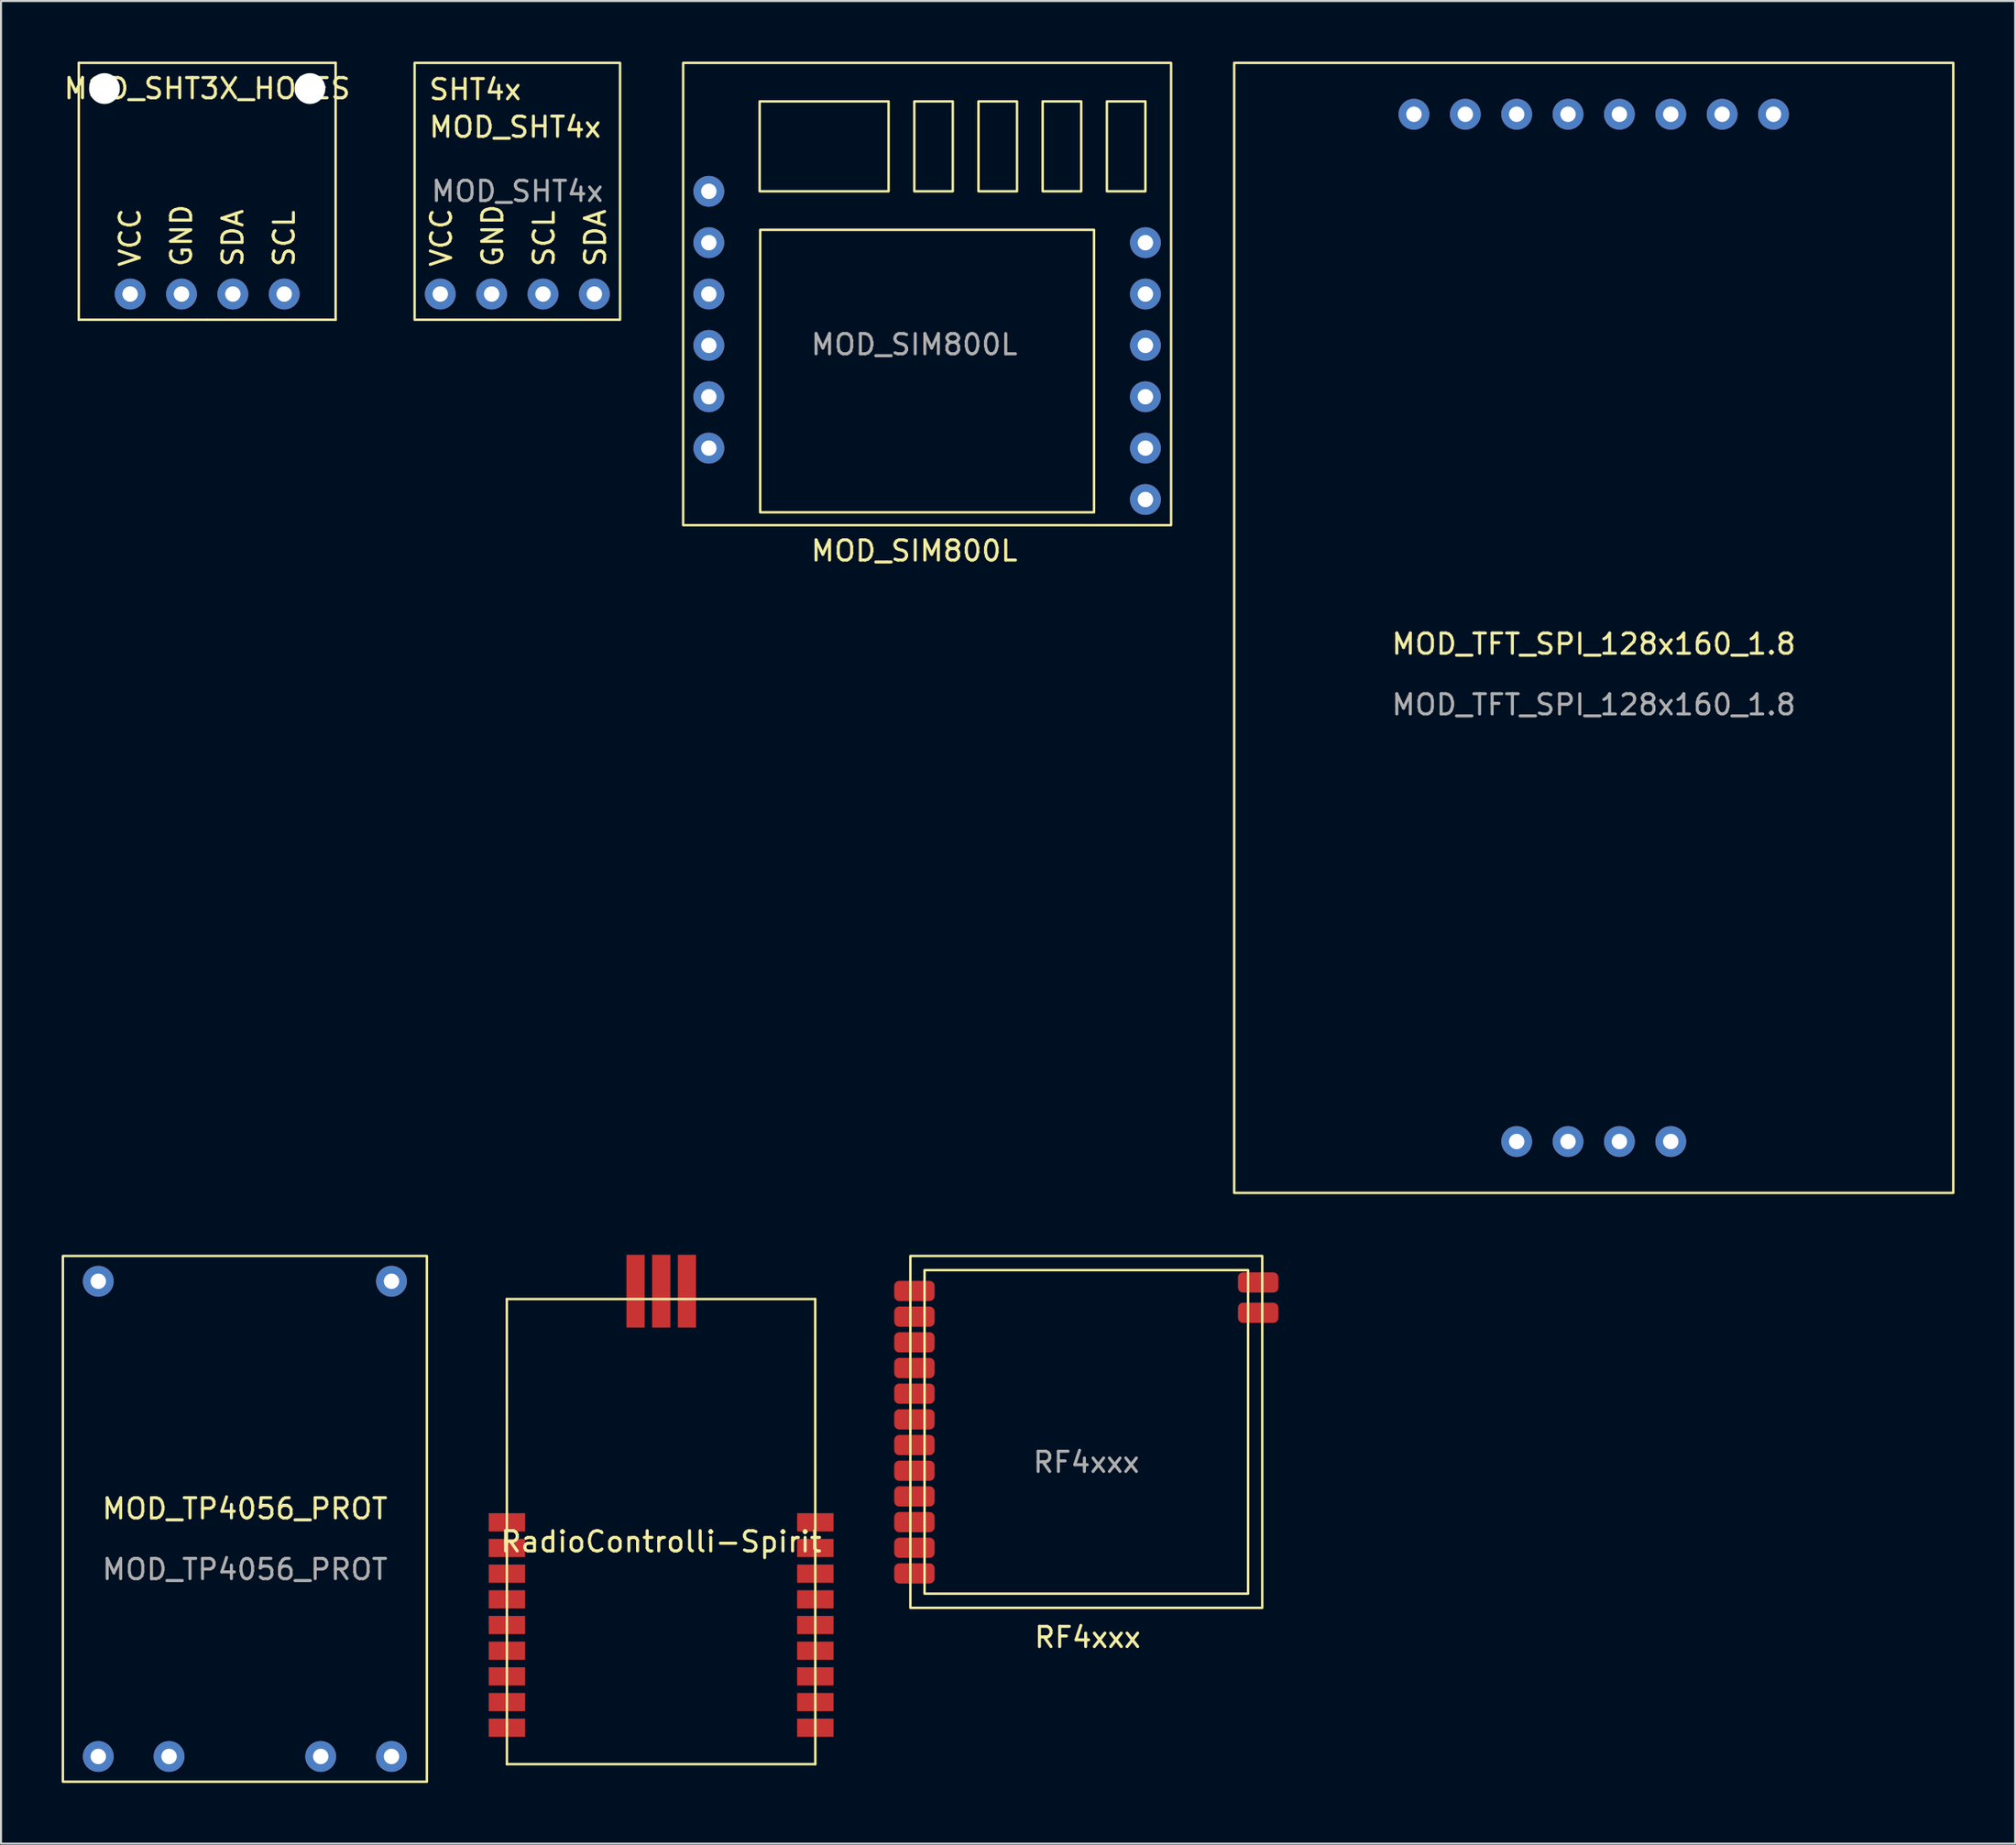
<source format=kicad_pcb>
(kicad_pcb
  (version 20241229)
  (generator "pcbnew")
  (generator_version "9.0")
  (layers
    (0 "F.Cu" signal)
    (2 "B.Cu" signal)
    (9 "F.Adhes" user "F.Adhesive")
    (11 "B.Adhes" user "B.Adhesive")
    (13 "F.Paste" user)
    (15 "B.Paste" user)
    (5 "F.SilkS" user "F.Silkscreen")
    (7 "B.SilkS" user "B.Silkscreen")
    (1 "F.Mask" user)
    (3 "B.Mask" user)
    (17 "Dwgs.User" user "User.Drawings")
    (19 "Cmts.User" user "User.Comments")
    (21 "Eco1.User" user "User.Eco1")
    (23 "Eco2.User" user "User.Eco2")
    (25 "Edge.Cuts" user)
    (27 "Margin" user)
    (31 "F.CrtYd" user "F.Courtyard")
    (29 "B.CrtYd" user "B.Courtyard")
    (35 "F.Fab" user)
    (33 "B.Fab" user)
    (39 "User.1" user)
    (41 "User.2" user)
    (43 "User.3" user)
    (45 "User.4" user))
  (footprint "RadioControlli-Spirit"
    (layer "F.Cu")
    (at 29.645 72.69)
    (property "Reference" "RadioControlli-Spirit" (at 0 0.5 0) (layer "F.SilkS") (effects (font (size 1 1) (thickness 0.15))))
    (attr through_hole)
    (fp_line (start -7.63 -11.5) (end 7.62 -11.5) (stroke (width 0.12) (type solid)) (layer "F.SilkS"))
    (fp_line (start -7.625 11.5) (end -7.63 -11.5) (stroke (width 0.12) (type solid)) (layer "F.SilkS"))
    (fp_line (start -7.625 11.5) (end 7.625 11.5) (stroke (width 0.12) (type solid)) (layer "F.SilkS"))
    (fp_line (start 7.62 -11.5) (end 7.625 11.5) (stroke (width 0.12) (type solid)) (layer "F.SilkS"))
    (pad "1" smd rect (at -7.625 -0.46) (size 1.8 0.9) (layers "F.Cu" "F.Mask" "F.Paste"))
    (pad "2" smd rect (at -7.625 0.81) (size 1.8 0.9) (layers "F.Cu" "F.Mask" "F.Paste"))
    (pad "3" smd rect (at -7.625 2.08) (size 1.8 0.9) (layers "F.Cu" "F.Mask" "F.Paste"))
    (pad "4" smd rect (at -7.625 3.35) (size 1.8 0.9) (layers "F.Cu" "F.Mask" "F.Paste"))
    (pad "5" smd rect (at -7.625 4.62) (size 1.8 0.9) (layers "F.Cu" "F.Mask" "F.Paste"))
    (pad "6" smd rect (at -7.625 5.89) (size 1.8 0.9) (layers "F.Cu" "F.Mask" "F.Paste"))
    (pad "7" smd rect (at -7.625 7.16) (size 1.8 0.9) (layers "F.Cu" "F.Mask" "F.Paste"))
    (pad "8" smd rect (at -7.625 8.43) (size 1.8 0.9) (layers "F.Cu" "F.Mask" "F.Paste"))
    (pad "9" smd rect (at -7.625 9.7) (size 1.8 0.9) (layers "F.Cu" "F.Mask" "F.Paste"))
    (pad "10" smd rect (at 7.625 9.7) (size 1.8 0.9) (layers "F.Cu" "F.Mask" "F.Paste"))
    (pad "11" smd rect (at 7.625 8.43) (size 1.8 0.9) (layers "F.Cu" "F.Mask" "F.Paste"))
    (pad "12" smd rect (at 7.625 7.16) (size 1.8 0.9) (layers "F.Cu" "F.Mask" "F.Paste"))
    (pad "13" smd rect (at 7.625 5.89) (size 1.8 0.9) (layers "F.Cu" "F.Mask" "F.Paste"))
    (pad "14" smd rect (at 7.625 4.62) (size 1.8 0.9) (layers "F.Cu" "F.Mask" "F.Paste"))
    (pad "15" smd rect (at 7.625 3.35) (size 1.8 0.9) (layers "F.Cu" "F.Mask" "F.Paste"))
    (pad "16" smd rect (at 7.625 2.08) (size 1.8 0.9) (layers "F.Cu" "F.Mask" "F.Paste"))
    (pad "17" smd rect (at 7.625 0.81) (size 1.8 0.9) (layers "F.Cu" "F.Mask" "F.Paste"))
    (pad "18" smd rect (at 7.625 -0.46) (size 1.8 0.9) (layers "F.Cu" "F.Mask" "F.Paste"))
    (pad "19" smd rect (at 1.275 -11.89) (size 0.9 3.6) (layers "F.Cu" "F.Mask" "F.Paste"))
    (pad "20" smd rect (at 0.005 -11.89) (size 0.9 3.6) (layers "F.Cu" "F.Mask" "F.Paste"))
    (pad "21" smd rect (at -1.265 -11.89) (size 0.9 3.6) (layers "F.Cu" "F.Mask" "F.Paste")))
  (footprint "MOD_TP4056_PROT"
    (layer "F.Cu")
    (at 9.06 72.06)
    (property "Reference" "MOD_TP4056_PROT" (at 0 -0.5 0) (unlocked yes) (layer "F.SilkS") (effects (font (size 1 1) (thickness 0.15))))
    (attr through_hole)
    (fp_rect (start -9 -13) (end 9 13) (stroke (width 0.12) (type solid)) (fill no) (layer "F.SilkS"))
    (fp_text user "${REFERENCE}" (at 0 2.5 0) (unlocked yes) (layer "F.Fab") (effects (font (size 1 1) (thickness 0.15))))
    (pad "1" thru_hole circle (at -7.25 -11.75) (size 1.524 1.524) (drill 0.762) (layers "*.Cu" "*.Mask"))
    (pad "2" thru_hole circle (at 7.25 -11.75) (size 1.524 1.524) (drill 0.762) (layers "*.Cu" "*.Mask"))
    (pad "3" thru_hole circle (at -7.25 11.75) (size 1.524 1.524) (drill 0.762) (layers "*.Cu" "*.Mask"))
    (pad "4" thru_hole circle (at -3.75 11.75) (size 1.524 1.524) (drill 0.762) (layers "*.Cu" "*.Mask"))
    (pad "5" thru_hole circle (at 3.75 11.75) (size 1.524 1.524) (drill 0.762) (layers "*.Cu" "*.Mask"))
    (pad "6" thru_hole circle (at 7.25 11.75) (size 1.524 1.524) (drill 0.762) (layers "*.Cu" "*.Mask")))
  (footprint "MOD_SHT4x"
    (layer "F.Cu")
    (at 22.533 6.41)
    (property "Reference" "MOD_SHT4x" (at -4.445 -3.175 0) (unlocked yes) (layer "F.SilkS") (effects (font (size 1 1) (thickness 0.15)) (justify left)))
    (attr through_hole)
    (fp_rect (start -5.08 6.35) (end 5.08 -6.35) (stroke (width 0.12) (type default)) (fill no) (layer "F.SilkS"))
    (fp_text user "VCC" (at -3.175 3.81 90) (unlocked yes) (layer "F.SilkS") (effects (font (size 1 1) (thickness 0.15)) (justify left bottom)))
    (fp_text user "GND" (at -0.635 3.81 90) (unlocked yes) (layer "F.SilkS") (effects (font (size 1 1) (thickness 0.15)) (justify left bottom)))
    (fp_text user "SDA" (at 4.445 3.81 90) (unlocked yes) (layer "F.SilkS") (effects (font (size 1 1) (thickness 0.15)) (justify left bottom)))
    (fp_text user "SHT4x" (at -4.445 -4.445 0) (unlocked yes) (layer "F.SilkS") (effects (font (size 1 1) (thickness 0.15)) (justify left bottom)))
    (fp_text user "SCL" (at 1.905 3.81 90) (unlocked yes) (layer "F.SilkS") (effects (font (size 1 1) (thickness 0.15)) (justify left bottom)))
    (fp_text user "${REFERENCE}" (at 0 0 0) (unlocked yes) (layer "F.Fab") (effects (font (size 1 1) (thickness 0.15))))
    (pad "1" thru_hole circle (at -3.81 5.08) (size 1.524 1.524) (drill 0.762) (layers "*.Cu" "*.Mask"))
    (pad "2" thru_hole circle (at -1.27 5.08) (size 1.524 1.524) (drill 0.762) (layers "*.Cu" "*.Mask"))
    (pad "3" thru_hole circle (at 1.27 5.08) (size 1.524 1.524) (drill 0.762) (layers "*.Cu" "*.Mask"))
    (pad "4" thru_hole circle (at 3.81 5.08) (size 1.524 1.524) (drill 0.762) (layers "*.Cu" "*.Mask")))
  (footprint "MOD_TFT_SPI_128x160_1.8"
    (layer "F.Cu")
    (at 75.763 28.03)
    (property "Reference" "MOD_TFT_SPI_128x160_1.8" (at 0 0.77 0) (unlocked yes) (layer "F.SilkS") (effects (font (size 1 1) (thickness 0.15))))
    (attr smd)
    (fp_rect (start -17.78 -27.97) (end 17.78 27.91) (stroke (width 0.12) (type solid)) (fill no) (layer "F.SilkS"))
    (fp_text user "${REFERENCE}" (at 0 3.77 0) (unlocked yes) (layer "F.Fab") (effects (font (size 1 1) (thickness 0.15))))
    (pad "1" thru_hole circle (at -8.89 -25.43) (size 1.524 1.524) (drill 0.762) (layers "*.Cu" "*.Mask"))
    (pad "2" thru_hole circle (at -6.35 -25.43) (size 1.524 1.524) (drill 0.762) (layers "*.Cu" "*.Mask"))
    (pad "3" thru_hole circle (at -3.81 -25.43) (size 1.524 1.524) (drill 0.762) (layers "*.Cu" "*.Mask"))
    (pad "4" thru_hole circle (at -1.27 -25.43) (size 1.524 1.524) (drill 0.762) (layers "*.Cu" "*.Mask"))
    (pad "5" thru_hole circle (at 1.27 -25.43) (size 1.524 1.524) (drill 0.762) (layers "*.Cu" "*.Mask"))
    (pad "6" thru_hole circle (at 3.81 -25.43) (size 1.524 1.524) (drill 0.762) (layers "*.Cu" "*.Mask"))
    (pad "7" thru_hole circle (at 6.35 -25.43) (size 1.524 1.524) (drill 0.762) (layers "*.Cu" "*.Mask"))
    (pad "8" thru_hole circle (at 8.89 -25.43) (size 1.524 1.524) (drill 0.762) (layers "*.Cu" "*.Mask"))
    (pad "9" thru_hole circle (at -3.81 25.37) (size 1.524 1.524) (drill 0.762) (layers "*.Cu" "*.Mask"))
    (pad "10" thru_hole circle (at -1.27 25.37) (size 1.524 1.524) (drill 0.762) (layers "*.Cu" "*.Mask"))
    (pad "11" thru_hole circle (at 1.27 25.37) (size 1.524 1.524) (drill 0.762) (layers "*.Cu" "*.Mask"))
    (pad "12" thru_hole circle (at 3.81 25.37) (size 1.524 1.524) (drill 0.762) (layers "*.Cu" "*.Mask")))
  (footprint "MOD_SHT3X_HOLES"
    (layer "F.Cu")
    (at 7.196 6.41)
    (property "Reference" "MOD_SHT3X_HOLES" (at 0 -5.08 0) (layer "F.SilkS") (effects (font (size 1 1) (thickness 0.15))))
    (attr through_hole)
    (fp_line (start -6.35 -6.35) (end 6.35 -6.35) (stroke (width 0.12) (type solid)) (layer "F.SilkS"))
    (fp_line (start -6.35 6.35) (end -6.35 -6.35) (stroke (width 0.12) (type solid)) (layer "F.SilkS"))
    (fp_line (start 0 6.35) (end -6.35 6.35) (stroke (width 0.12) (type solid)) (layer "F.SilkS"))
    (fp_line (start 6.35 -6.35) (end 6.35 6.35) (stroke (width 0.12) (type solid)) (layer "F.SilkS"))
    (fp_line (start 6.35 6.35) (end 0 6.35) (stroke (width 0.12) (type solid)) (layer "F.SilkS"))
    (fp_text user "SCL" (at 3.81 3.81 90) (layer "F.SilkS") (effects (font (size 1 1) (thickness 0.15)) (justify left)))
    (fp_text user "SDA" (at 1.27 3.81 90) (layer "F.SilkS") (effects (font (size 1 1) (thickness 0.15)) (justify left)))
    (fp_text user "VCC" (at -3.81 3.81 90) (layer "F.SilkS") (effects (font (size 1 1) (thickness 0.15)) (justify left)))
    (fp_text user "GND" (at -1.27 3.81 90) (layer "F.SilkS") (effects (font (size 1 1) (thickness 0.15)) (justify left)))
    (pad "" np_thru_hole circle (at -5.08 -5.08) (size 1.524 1.524) (drill 1.524) (layers "*.Cu" "*.Mask"))
    (pad "" np_thru_hole circle (at 5.08 -5.08) (size 1.524 1.524) (drill 1.524) (layers "*.Cu" "*.Mask"))
    (pad "1" thru_hole circle (at -3.81 5.08) (size 1.524 1.524) (drill 0.762) (layers "*.Cu" "*.Mask"))
    (pad "2" thru_hole circle (at -1.27 5.08) (size 1.524 1.524) (drill 0.762) (layers "*.Cu" "*.Mask"))
    (pad "3" thru_hole circle (at 1.27 5.08) (size 1.524 1.524) (drill 0.762) (layers "*.Cu" "*.Mask"))
    (pad "4" thru_hole circle (at 3.81 5.08) (size 1.524 1.524) (drill 0.762) (layers "*.Cu" "*.Mask")))
  (footprint "RF4xxx"
    (layer "F.Cu")
    (at 50.67 67.76)
    (property "Reference" "RF4xxx" (at 0.064 10.16 0) (unlocked yes) (layer "F.SilkS") (effects (font (size 1 1) (thickness 0.15))))
    (attr smd)
    (fp_rect (start -8.7 -8.7) (end 8.7 8.7) (stroke (width 0.12) (type solid)) (fill no) (layer "F.SilkS"))
    (fp_rect (start -8 -8) (end 8 8) (stroke (width 0.12) (type solid)) (fill no) (layer "F.SilkS"))
    (fp_text user "${REFERENCE}" (at 0 1.5 0) (unlocked yes) (layer "F.Fab") (effects (font (size 1 1) (thickness 0.15))))
    (pad "1" smd roundrect (at -8.5 -6.97) (size 2 1) (layers "F.Cu" "F.Mask" "F.Paste") (roundrect_rratio 0.25))
    (pad "2" smd roundrect (at -8.5 -5.7) (size 2 1) (layers "F.Cu" "F.Mask" "F.Paste") (roundrect_rratio 0.25))
    (pad "3" smd roundrect (at -8.5 -4.43) (size 2 1) (layers "F.Cu" "F.Mask" "F.Paste") (roundrect_rratio 0.25))
    (pad "4" smd roundrect (at -8.5 -3.16) (size 2 1) (layers "F.Cu" "F.Mask" "F.Paste") (roundrect_rratio 0.25))
    (pad "5" smd roundrect (at -8.5 -1.89) (size 2 1) (layers "F.Cu" "F.Mask" "F.Paste") (roundrect_rratio 0.25))
    (pad "6" smd roundrect (at -8.5 -0.62) (size 2 1) (layers "F.Cu" "F.Mask" "F.Paste") (roundrect_rratio 0.25))
    (pad "7" smd roundrect (at -8.5 0.65) (size 2 1) (layers "F.Cu" "F.Mask" "F.Paste") (roundrect_rratio 0.25))
    (pad "8" smd roundrect (at -8.5 1.92) (size 2 1) (layers "F.Cu" "F.Mask" "F.Paste") (roundrect_rratio 0.25))
    (pad "9" smd roundrect (at -8.5 3.19) (size 2 1) (layers "F.Cu" "F.Mask" "F.Paste") (roundrect_rratio 0.25))
    (pad "10" smd roundrect (at -8.5 4.46) (size 2 1) (layers "F.Cu" "F.Mask" "F.Paste") (roundrect_rratio 0.25))
    (pad "11" smd roundrect (at -8.5 5.73) (size 2 1) (layers "F.Cu" "F.Mask" "F.Paste") (roundrect_rratio 0.25))
    (pad "12" smd roundrect (at -8.5 7) (size 2 1) (layers "F.Cu" "F.Mask" "F.Paste") (roundrect_rratio 0.25))
    (pad "13" smd roundrect (at 8.5 -5.89) (size 2 1) (layers "F.Cu" "F.Mask" "F.Paste") (roundrect_rratio 0.25))
    (pad "14" smd roundrect (at 8.5 -7.39) (size 2 1) (layers "F.Cu" "F.Mask" "F.Paste") (roundrect_rratio 0.25)))
  (footprint "MOD_SIM800L"
    (layer "F.Cu")
    (at 42.163 12.76)
    (property "Reference" "MOD_SIM800L" (at 0 11.43 0) (unlocked yes) (layer "F.SilkS") (effects (font (size 1 1) (thickness 0.15))))
    (attr through_hole)
    (fp_rect (start -11.43 -12.7) (end 12.7 10.16) (stroke (width 0.12) (type default)) (fill no) (layer "F.SilkS"))
    (fp_rect (start -7.645 -10.795) (end -1.27 -6.35) (stroke (width 0.12) (type default)) (fill no) (layer "F.SilkS"))
    (fp_rect (start -7.62 -4.445) (end 8.89 9.525) (stroke (width 0.12) (type default)) (fill no) (layer "F.SilkS"))
    (fp_rect (start 0 -10.795) (end 1.905 -6.35) (stroke (width 0.12) (type default)) (fill no) (layer "F.SilkS"))
    (fp_rect (start 3.175 -10.795) (end 5.08 -6.35) (stroke (width 0.12) (type default)) (fill no) (layer "F.SilkS"))
    (fp_rect (start 6.35 -10.795) (end 8.255 -6.35) (stroke (width 0.12) (type default)) (fill no) (layer "F.SilkS"))
    (fp_rect (start 9.525 -10.795) (end 11.43 -6.35) (stroke (width 0.12) (type default)) (fill no) (layer "F.SilkS"))
    (fp_text user "${REFERENCE}" (at 0 1.23 0) (unlocked yes) (layer "F.Fab") (effects (font (size 1 1) (thickness 0.15))))
    (pad "1" thru_hole circle (at -10.16 -6.35) (size 1.524 1.524) (drill 0.762) (layers "*.Cu" "*.Mask"))
    (pad "2" thru_hole circle (at -10.16 -3.81) (size 1.524 1.524) (drill 0.762) (layers "*.Cu" "*.Mask"))
    (pad "3" thru_hole circle (at -10.16 -1.27) (size 1.524 1.524) (drill 0.762) (layers "*.Cu" "*.Mask"))
    (pad "4" thru_hole circle (at -10.16 1.27) (size 1.524 1.524) (drill 0.762) (layers "*.Cu" "*.Mask"))
    (pad "5" thru_hole circle (at -10.16 3.81) (size 1.524 1.524) (drill 0.762) (layers "*.Cu" "*.Mask"))
    (pad "6" thru_hole circle (at -10.16 6.35) (size 1.524 1.524) (drill 0.762) (layers "*.Cu" "*.Mask"))
    (pad "7" thru_hole circle (at 11.43 8.89) (size 1.524 1.524) (drill 0.762) (layers "*.Cu" "*.Mask"))
    (pad "8" thru_hole circle (at 11.43 6.35) (size 1.524 1.524) (drill 0.762) (layers "*.Cu" "*.Mask"))
    (pad "9" thru_hole circle (at 11.43 3.81) (size 1.524 1.524) (drill 0.762) (layers "*.Cu" "*.Mask"))
    (pad "10" thru_hole circle (at 11.43 1.27) (size 1.524 1.524) (drill 0.762) (layers "*.Cu" "*.Mask"))
    (pad "11" thru_hole circle (at 11.43 -1.27) (size 1.524 1.524) (drill 0.762) (layers "*.Cu" "*.Mask"))
    (pad "12" thru_hole circle (at 11.43 -3.81) (size 1.524 1.524) (drill 0.762) (layers "*.Cu" "*.Mask")))
  (gr_rect
    (start -3 -3)
    (end 96.603 88.12)
    (stroke (width 0.1) (type default))
    (fill no)
    (layer "Edge.Cuts")))
</source>
